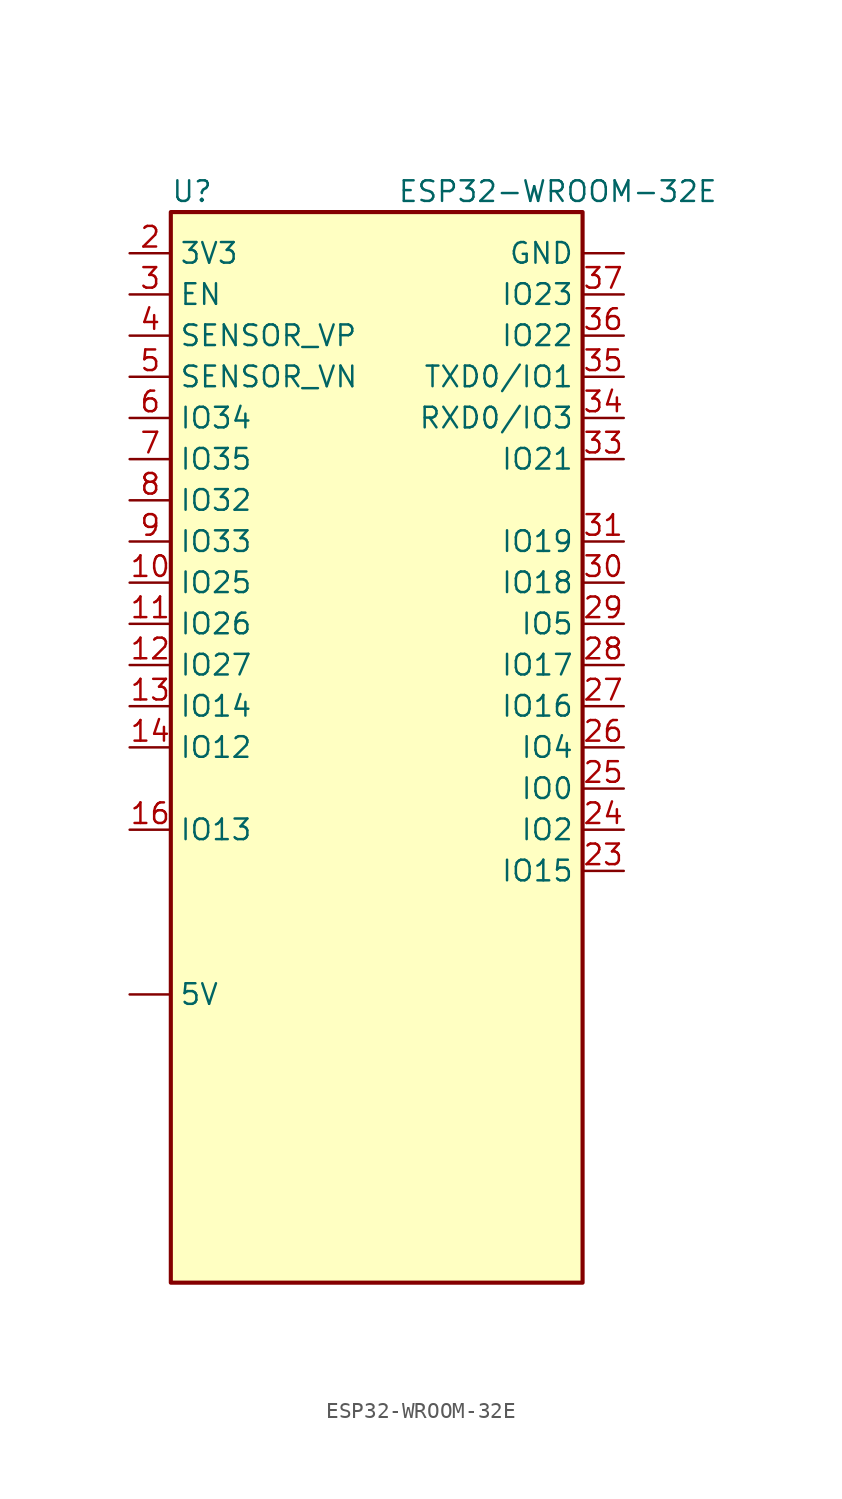
<source format=kicad_sym>
(kicad_symbol_lib
  (version 20231120)
  (generator "kicad_symbol_editor")
  (generator_version "8.0")
  (symbol "ESP32-WROOM-32E"
    (property "Reference" "U"
      (at -12.7 34.29 0)
      (effects (font (size 1.27 1.27)) (justify left)))
    (property "Value" "ESP32-WROOM-32E"
      (at 1.27 34.29 0)
      (effects (font (size 1.27 1.27)) (justify left)))
    (symbol "ESP32-WROOM-32E_0_1"
      (rectangle (start -12.7 33.02) (end 12.7 -33.02) (stroke (width 0.254) (type default)) (fill (type background))))
    (symbol "ESP32-WROOM-32E_1_1"
      (pin power_in line (at -15.24 -15.24 0) (length 2.54) (name "5V" (effects (font (size 1.27 1.27)))) (number "" (effects (font (size 1.27 1.27)))))
      (pin passive line (at -15.24 -2.54 0) (length 2.54) hide (name "GND" (effects (font (size 1.27 1.27)))) (number "" (effects (font (size 1.27 1.27)))))
      (pin passive line (at 15.24 15.24 180) (length 2.54) hide (name "GND" (effects (font (size 1.27 1.27)))) (number "" (effects (font (size 1.27 1.27)))))
      (pin power_in line (at 15.24 30.48 180) (length 2.54) (name "GND" (effects (font (size 1.27 1.27)))) (number "" (effects (font (size 1.27 1.27)))))
      (pin bidirectional line (at -15.24 10.16 0) (length 2.54) (name "IO25" (effects (font (size 1.27 1.27)))) (number "10" (effects (font (size 1.27 1.27)))))
      (pin bidirectional line (at -15.24 7.62 0) (length 2.54) (name "IO26" (effects (font (size 1.27 1.27)))) (number "11" (effects (font (size 1.27 1.27)))))
      (pin bidirectional line (at -15.24 5.08 0) (length 2.54) (name "IO27" (effects (font (size 1.27 1.27)))) (number "12" (effects (font (size 1.27 1.27)))))
      (pin bidirectional line (at -15.24 2.54 0) (length 2.54) (name "IO14" (effects (font (size 1.27 1.27)))) (number "13" (effects (font (size 1.27 1.27)))))
      (pin bidirectional line (at -15.24 0 0) (length 2.54) (name "IO12" (effects (font (size 1.27 1.27)))) (number "14" (effects (font (size 1.27 1.27)))))
      (pin bidirectional line (at -15.24 -5.08 0) (length 2.54) (name "IO13" (effects (font (size 1.27 1.27)))) (number "16" (effects (font (size 1.27 1.27)))))
      (pin no_connect line (at -15.24 -7.62 0) (length 2.54) hide (name "SD2" (effects (font (size 1.27 1.27)))) (number "17" (effects (font (size 1.27 1.27)))))
      (pin no_connect line (at -15.24 -10.16 0) (length 2.54) hide (name "SD3" (effects (font (size 1.27 1.27)))) (number "18" (effects (font (size 1.27 1.27)))))
      (pin no_connect line (at -15.24 -12.7 0) (length 2.54) hide (name "CMD" (effects (font (size 1.27 1.27)))) (number "19" (effects (font (size 1.27 1.27)))))
      (pin power_in line (at -15.24 30.48 0) (length 2.54) (name "3V3" (effects (font (size 1.27 1.27)))) (number "2" (effects (font (size 1.27 1.27)))))
      (pin no_connect line (at 15.24 -15.24 180) (length 2.54) hide (name "CLK" (effects (font (size 1.27 1.27)))) (number "20" (effects (font (size 1.27 1.27)))))
      (pin no_connect line (at 15.24 -12.7 180) (length 2.54) hide (name "SD0" (effects (font (size 1.27 1.27)))) (number "21" (effects (font (size 1.27 1.27)))))
      (pin no_connect line (at 15.24 -10.16 180) (length 2.54) hide (name "SD1" (effects (font (size 1.27 1.27)))) (number "22" (effects (font (size 1.27 1.27)))))
      (pin bidirectional line (at 15.24 -7.62 180) (length 2.54) (name "IO15" (effects (font (size 1.27 1.27)))) (number "23" (effects (font (size 1.27 1.27)))))
      (pin bidirectional line (at 15.24 -5.08 180) (length 2.54) (name "IO2" (effects (font (size 1.27 1.27)))) (number "24" (effects (font (size 1.27 1.27)))))
      (pin bidirectional line (at 15.24 -2.54 180) (length 2.54) (name "IO0" (effects (font (size 1.27 1.27)))) (number "25" (effects (font (size 1.27 1.27)))))
      (pin bidirectional line (at 15.24 0 180) (length 2.54) (name "IO4" (effects (font (size 1.27 1.27)))) (number "26" (effects (font (size 1.27 1.27)))))
      (pin bidirectional line (at 15.24 2.54 180) (length 2.54) (name "IO16" (effects (font (size 1.27 1.27)))) (number "27" (effects (font (size 1.27 1.27)))))
      (pin bidirectional line (at 15.24 5.08 180) (length 2.54) (name "IO17" (effects (font (size 1.27 1.27)))) (number "28" (effects (font (size 1.27 1.27)))))
      (pin bidirectional line (at 15.24 7.62 180) (length 2.54) (name "IO5" (effects (font (size 1.27 1.27)))) (number "29" (effects (font (size 1.27 1.27)))))
      (pin input line (at -15.24 27.94 0) (length 2.54) (name "EN" (effects (font (size 1.27 1.27)))) (number "3" (effects (font (size 1.27 1.27)))))
      (pin bidirectional line (at 15.24 10.16 180) (length 2.54) (name "IO18" (effects (font (size 1.27 1.27)))) (number "30" (effects (font (size 1.27 1.27)))))
      (pin bidirectional line (at 15.24 12.7 180) (length 2.54) (name "IO19" (effects (font (size 1.27 1.27)))) (number "31" (effects (font (size 1.27 1.27)))))
      (pin bidirectional line (at 15.24 17.78 180) (length 2.54) (name "IO21" (effects (font (size 1.27 1.27)))) (number "33" (effects (font (size 1.27 1.27)))))
      (pin bidirectional line (at 15.24 20.32 180) (length 2.54) (name "RXD0/IO3" (effects (font (size 1.27 1.27)))) (number "34" (effects (font (size 1.27 1.27)))))
      (pin bidirectional line (at 15.24 22.86 180) (length 2.54) (name "TXD0/IO1" (effects (font (size 1.27 1.27)))) (number "35" (effects (font (size 1.27 1.27)))))
      (pin bidirectional line (at 15.24 25.4 180) (length 2.54) (name "IO22" (effects (font (size 1.27 1.27)))) (number "36" (effects (font (size 1.27 1.27)))))
      (pin bidirectional line (at 15.24 27.94 180) (length 2.54) (name "IO23" (effects (font (size 1.27 1.27)))) (number "37" (effects (font (size 1.27 1.27)))))
      (pin input line (at -15.24 25.4 0) (length 2.54) (name "SENSOR_VP" (effects (font (size 1.27 1.27)))) (number "4" (effects (font (size 1.27 1.27)))))
      (pin input line (at -15.24 22.86 0) (length 2.54) (name "SENSOR_VN" (effects (font (size 1.27 1.27)))) (number "5" (effects (font (size 1.27 1.27)))))
      (pin input line (at -15.24 20.32 0) (length 2.54) (name "IO34" (effects (font (size 1.27 1.27)))) (number "6" (effects (font (size 1.27 1.27)))))
      (pin input line (at -15.24 17.78 0) (length 2.54) (name "IO35" (effects (font (size 1.27 1.27)))) (number "7" (effects (font (size 1.27 1.27)))))
      (pin bidirectional line (at -15.24 15.24 0) (length 2.54) (name "IO32" (effects (font (size 1.27 1.27)))) (number "8" (effects (font (size 1.27 1.27)))))
      (pin bidirectional line (at -15.24 12.7 0) (length 2.54) (name "IO33" (effects (font (size 1.27 1.27)))) (number "9" (effects (font (size 1.27 1.27))))))))
</source>
